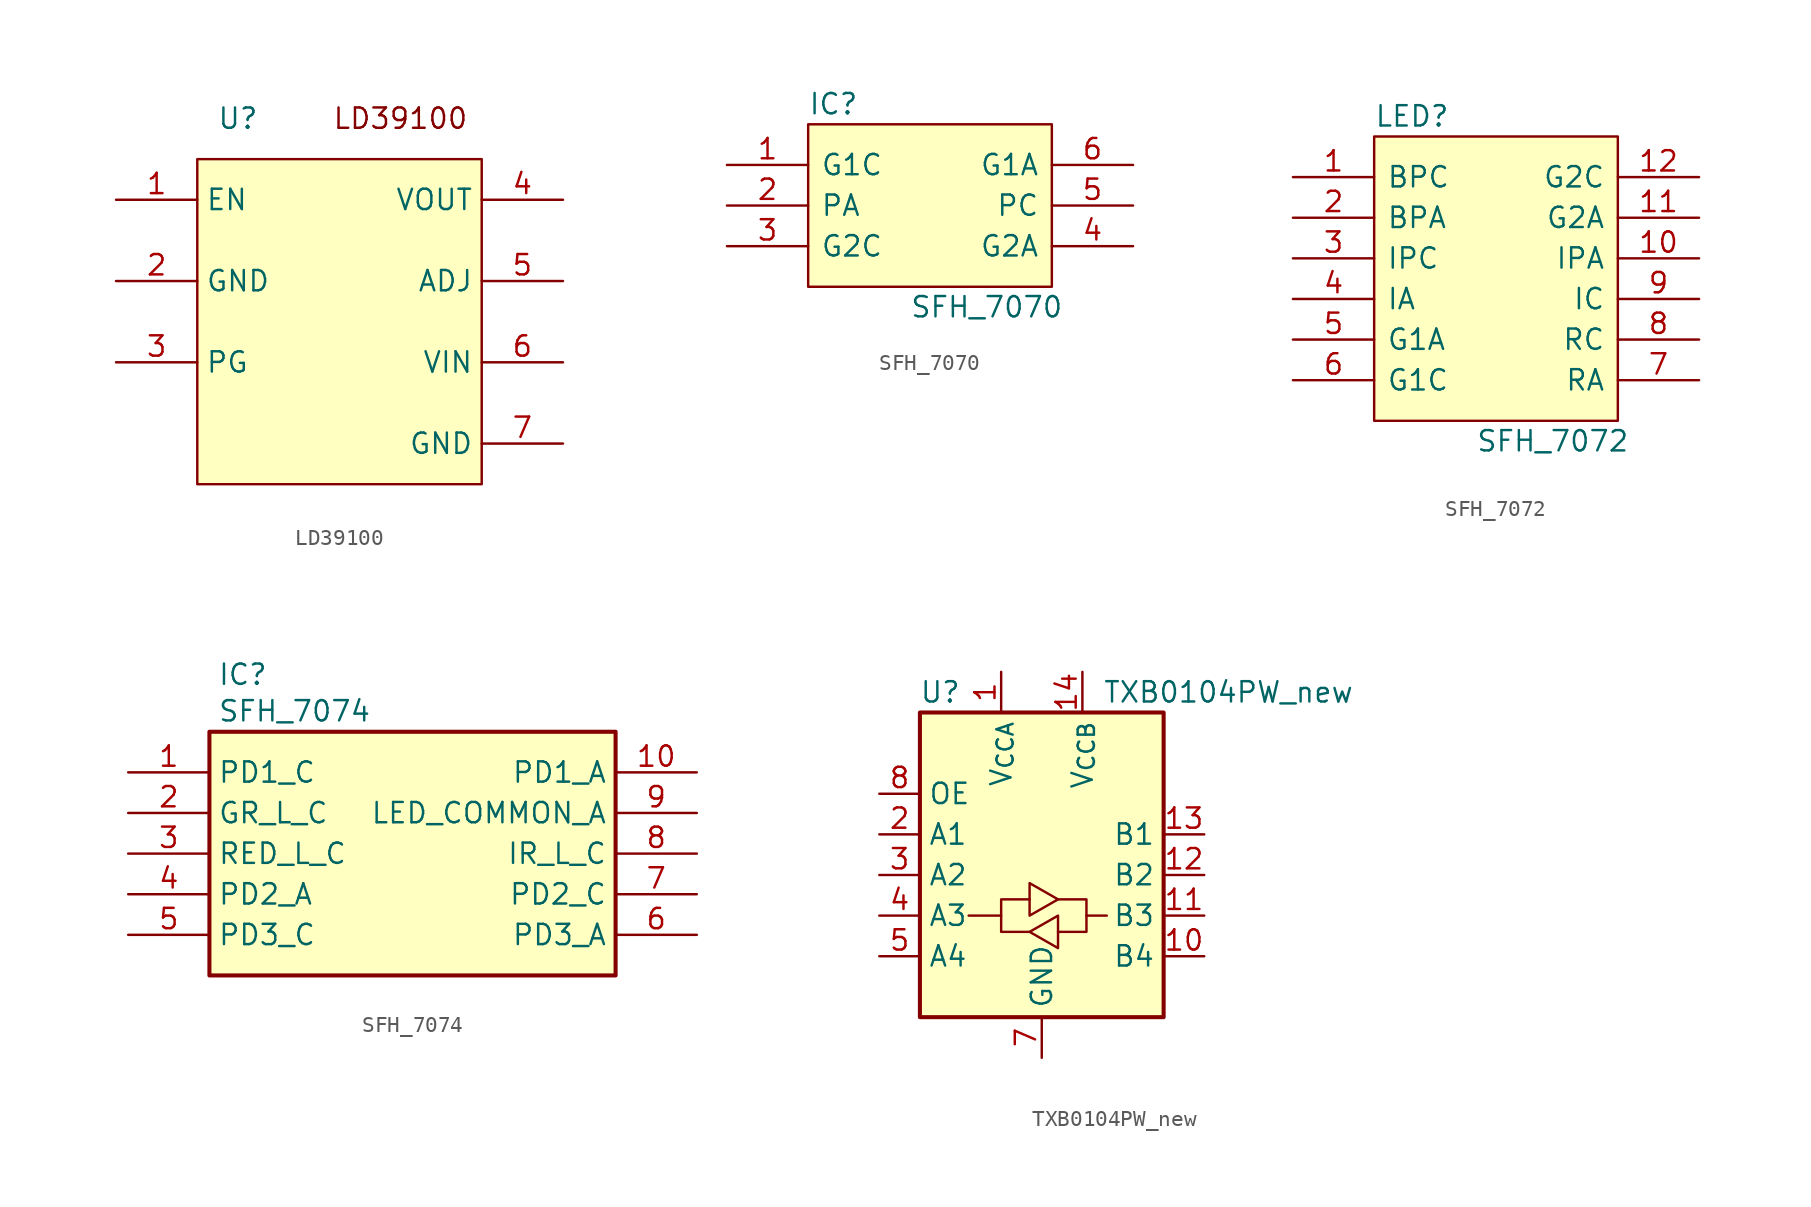
<source format=kicad_sym>
(kicad_symbol_lib
  (version 20231120)
  (generator "kicad_symbol_editor")
  (generator_version "8.0")
  (symbol "LD39100"
    (property "Reference" "U"
      (at -5.08 7.62 0)
      (effects (font (size 1.27 1.27))))
    (property "Value" ""
      (at -7.62 7.62 0)
      (effects (font (size 1.27 1.27))))
    (symbol "LD39100_1_1"
      (rectangle (start -7.62 5.08) (end 10.16 -15.24) (stroke (width 0) (type default)) (fill (type background)))
      (text "LD39100" (at 5.08 7.62 0) (effects (font (size 1.27 1.27))))
      (pin power_in line (at -12.7 2.54 0) (length 5.08) (name "EN" (effects (font (size 1.27 1.27)))) (number "1" (effects (font (size 1.27 1.27)))))
      (pin power_in line (at -12.7 -2.54 0) (length 5.08) (name "GND" (effects (font (size 1.27 1.27)))) (number "2" (effects (font (size 1.27 1.27)))))
      (pin output line (at -12.7 -7.62 0) (length 5.08) (name "PG" (effects (font (size 1.27 1.27)))) (number "3" (effects (font (size 1.27 1.27)))))
      (pin power_out line (at 15.24 2.54 180) (length 5.08) (name "VOUT" (effects (font (size 1.27 1.27)))) (number "4" (effects (font (size 1.27 1.27)))))
      (pin input line (at 15.24 -2.54 180) (length 5.08) (name "ADJ" (effects (font (size 1.27 1.27)))) (number "5" (effects (font (size 1.27 1.27)))))
      (pin power_in line (at 15.24 -7.62 180) (length 5.08) (name "VIN" (effects (font (size 1.27 1.27)))) (number "6" (effects (font (size 1.27 1.27)))))
      (pin power_in line (at 15.24 -12.7 180) (length 5.08) (name "GND" (effects (font (size 1.27 1.27)))) (number "7" (effects (font (size 1.27 1.27)))))))
  (symbol "SFH_7070"
    (pin_names
      (offset 0.762))
    (property "Reference" "IC"
      (at -7.62 6.35 0)
      (effects (font (size 1.27 1.27)) (justify left)))
    (property "Value" "SFH_7070"
      (at -1.27 -6.35 0)
      (effects (font (size 1.27 1.27)) (justify left)))
    (symbol "SFH_7070_0_1"
      (polyline (pts (xy -7.62 5.08) (xy 7.62 5.08) (xy 7.62 -5.08) (xy -7.62 -5.08) (xy -7.62 5.08)) (stroke (width 0.152) (type solid)) (fill (type background))))
    (symbol "SFH_7070_1_0"
      (pin passive line (at -12.7 2.54 0) (length 5.08) (name "G1C" (effects (font (size 1.27 1.27)))) (number "1" (effects (font (size 1.27 1.27)))))
      (pin passive line (at -12.7 0 0) (length 5.08) (name "PA" (effects (font (size 1.27 1.27)))) (number "2" (effects (font (size 1.27 1.27)))))
      (pin passive line (at -12.7 -2.54 0) (length 5.08) (name "G2C" (effects (font (size 1.27 1.27)))) (number "3" (effects (font (size 1.27 1.27)))))
      (pin passive line (at 12.7 -2.54 180) (length 5.08) (name "G2A" (effects (font (size 1.27 1.27)))) (number "4" (effects (font (size 1.27 1.27)))))
      (pin passive line (at 12.7 0 180) (length 5.08) (name "PC" (effects (font (size 1.27 1.27)))) (number "5" (effects (font (size 1.27 1.27)))))
      (pin passive line (at 12.7 2.54 180) (length 5.08) (name "G1A" (effects (font (size 1.27 1.27)))) (number "6" (effects (font (size 1.27 1.27)))))))
  (symbol "SFH_7072"
    (pin_names
      (offset 0.762))
    (property "Reference" "LED"
      (at -7.62 10.16 0)
      (effects (font (size 1.27 1.27)) (justify left)))
    (property "Value" "SFH_7072"
      (at -1.27 -10.16 0)
      (effects (font (size 1.27 1.27)) (justify left)))
    (symbol "SFH_7072_0_1"
      (polyline (pts (xy -7.62 8.89) (xy 7.62 8.89) (xy 7.62 -8.89) (xy -7.62 -8.89) (xy -7.62 8.89)) (stroke (width 0.152) (type solid)) (fill (type background))))
    (symbol "SFH_7072_1_0"
      (pin passive line (at -12.7 6.35 0) (length 5.08) (name "BPC" (effects (font (size 1.27 1.27)))) (number "1" (effects (font (size 1.27 1.27)))))
      (pin passive line (at 12.7 1.27 180) (length 5.08) (name "IPA" (effects (font (size 1.27 1.27)))) (number "10" (effects (font (size 1.27 1.27)))))
      (pin passive line (at 12.7 3.81 180) (length 5.08) (name "G2A" (effects (font (size 1.27 1.27)))) (number "11" (effects (font (size 1.27 1.27)))))
      (pin passive line (at 12.7 6.35 180) (length 5.08) (name "G2C" (effects (font (size 1.27 1.27)))) (number "12" (effects (font (size 1.27 1.27)))))
      (pin passive line (at -12.7 3.81 0) (length 5.08) (name "BPA" (effects (font (size 1.27 1.27)))) (number "2" (effects (font (size 1.27 1.27)))))
      (pin passive line (at -12.7 1.27 0) (length 5.08) (name "IPC" (effects (font (size 1.27 1.27)))) (number "3" (effects (font (size 1.27 1.27)))))
      (pin passive line (at -12.7 -1.27 0) (length 5.08) (name "IA" (effects (font (size 1.27 1.27)))) (number "4" (effects (font (size 1.27 1.27)))))
      (pin passive line (at -12.7 -3.81 0) (length 5.08) (name "G1A" (effects (font (size 1.27 1.27)))) (number "5" (effects (font (size 1.27 1.27)))))
      (pin passive line (at -12.7 -6.35 0) (length 5.08) (name "G1C" (effects (font (size 1.27 1.27)))) (number "6" (effects (font (size 1.27 1.27)))))
      (pin passive line (at 12.7 -6.35 180) (length 5.08) (name "RA" (effects (font (size 1.27 1.27)))) (number "7" (effects (font (size 1.27 1.27)))))
      (pin passive line (at 12.7 -3.81 180) (length 5.08) (name "RC" (effects (font (size 1.27 1.27)))) (number "8" (effects (font (size 1.27 1.27)))))
      (pin passive line (at 12.7 -1.27 180) (length 5.08) (name "IC" (effects (font (size 1.27 1.27)))) (number "9" (effects (font (size 1.27 1.27)))))))
  (symbol "SFH_7074"
    (property "Reference" "IC"
      (at -9.652 6.858 0)
      (effects (font (size 1.27 1.27)) (justify left top)))
    (property "Value" "SFH_7074"
      (at -9.652 4.572 0)
      (effects (font (size 1.27 1.27)) (justify left top)))
    (symbol "SFH_7074_1_1"
      (rectangle (start -10.16 2.54) (end 15.24 -12.7) (stroke (width 0.254) (type default)) (fill (type background)))
      (pin passive line (at -15.24 0 0) (length 5.08) (name "PD1_C" (effects (font (size 1.27 1.27)))) (number "1" (effects (font (size 1.27 1.27)))))
      (pin passive line (at 20.32 0 180) (length 5.08) (name "PD1_A" (effects (font (size 1.27 1.27)))) (number "10" (effects (font (size 1.27 1.27)))))
      (pin passive line (at -15.24 -2.54 0) (length 5.08) (name "GR_L_C" (effects (font (size 1.27 1.27)))) (number "2" (effects (font (size 1.27 1.27)))))
      (pin passive line (at -15.24 -5.08 0) (length 5.08) (name "RED_L_C" (effects (font (size 1.27 1.27)))) (number "3" (effects (font (size 1.27 1.27)))))
      (pin passive line (at -15.24 -7.62 0) (length 5.08) (name "PD2_A" (effects (font (size 1.27 1.27)))) (number "4" (effects (font (size 1.27 1.27)))))
      (pin passive line (at -15.24 -10.16 0) (length 5.08) (name "PD3_C" (effects (font (size 1.27 1.27)))) (number "5" (effects (font (size 1.27 1.27)))))
      (pin passive line (at 20.32 -10.16 180) (length 5.08) (name "PD3_A" (effects (font (size 1.27 1.27)))) (number "6" (effects (font (size 1.27 1.27)))))
      (pin passive line (at 20.32 -7.62 180) (length 5.08) (name "PD2_C" (effects (font (size 1.27 1.27)))) (number "7" (effects (font (size 1.27 1.27)))))
      (pin passive line (at 20.32 -5.08 180) (length 5.08) (name "IR_L_C" (effects (font (size 1.27 1.27)))) (number "8" (effects (font (size 1.27 1.27)))))
      (pin passive line (at 20.32 -2.54 180) (length 5.08) (name "LED_COMMON_A" (effects (font (size 1.27 1.27)))) (number "9" (effects (font (size 1.27 1.27)))))))
  (symbol "TXB0104PW_new"
    (property "Reference" "U"
      (at -6.35 13.97 0)
      (effects (font (size 1.27 1.27))))
    (property "Value" "TXB0104PW_new"
      (at 3.81 13.97 0)
      (effects (font (size 1.27 1.27)) (justify left)))
    (symbol "TXB0104PW_new_0_1"
      (rectangle (start -7.62 12.7) (end 7.62 -6.35) (stroke (width 0.254) (type default)) (fill (type background)))
      (polyline (pts (xy -2.54 0) (xy -2.54 1.016) (xy -0.762 1.016)) (stroke (width 0) (type default)) (fill (type none)))
      (polyline (pts (xy 2.794 0) (xy 2.794 -1.016) (xy 1.016 -1.016)) (stroke (width 0) (type default)) (fill (type none)))
      (polyline (pts (xy -0.762 -1.016) (xy -2.54 -1.016) (xy -2.54 0) (xy -4.572 0)) (stroke (width 0) (type default)) (fill (type none)))
      (polyline (pts (xy -0.762 -1.016) (xy 1.016 0) (xy 1.016 -2.032) (xy -0.762 -1.016)) (stroke (width 0) (type default)) (fill (type none)))
      (polyline (pts (xy 1.016 1.016) (xy -0.762 0) (xy -0.762 2.032) (xy 1.016 1.016)) (stroke (width 0) (type default)) (fill (type none)))
      (polyline (pts (xy 1.016 1.016) (xy 2.794 1.016) (xy 2.794 0) (xy 4.064 0)) (stroke (width 0) (type default)) (fill (type none))))
    (symbol "TXB0104PW_new_1_1"
      (pin power_in line (at -2.54 15.24 270) (length 2.54) (name "V_{CCA}" (effects (font (size 1.27 1.27)))) (number "1" (effects (font (size 1.27 1.27)))))
      (pin bidirectional line (at 10.16 -2.54 180) (length 2.54) (name "B4" (effects (font (size 1.27 1.27)))) (number "10" (effects (font (size 1.27 1.27)))))
      (pin bidirectional line (at 10.16 0 180) (length 2.54) (name "B3" (effects (font (size 1.27 1.27)))) (number "11" (effects (font (size 1.27 1.27)))))
      (pin bidirectional line (at 10.16 2.54 180) (length 2.54) (name "B2" (effects (font (size 1.27 1.27)))) (number "12" (effects (font (size 1.27 1.27)))))
      (pin bidirectional line (at 10.16 5.08 180) (length 2.54) (name "B1" (effects (font (size 1.27 1.27)))) (number "13" (effects (font (size 1.27 1.27)))))
      (pin power_in line (at 2.54 15.24 270) (length 2.54) (name "V_{CCB}" (effects (font (size 1.27 1.27)))) (number "14" (effects (font (size 1.27 1.27)))))
      (pin bidirectional line (at -10.16 5.08 0) (length 2.54) (name "A1" (effects (font (size 1.27 1.27)))) (number "2" (effects (font (size 1.27 1.27)))))
      (pin bidirectional line (at -10.16 2.54 0) (length 2.54) (name "A2" (effects (font (size 1.27 1.27)))) (number "3" (effects (font (size 1.27 1.27)))))
      (pin bidirectional line (at -10.16 0 0) (length 2.54) (name "A3" (effects (font (size 1.27 1.27)))) (number "4" (effects (font (size 1.27 1.27)))))
      (pin bidirectional line (at -10.16 -2.54 0) (length 2.54) (name "A4" (effects (font (size 1.27 1.27)))) (number "5" (effects (font (size 1.27 1.27)))))
      (pin no_connect line (at 10.16 10.16 180) (length 2.54) hide (name "NC" (effects (font (size 1.27 1.27)))) (number "6" (effects (font (size 1.27 1.27)))))
      (pin power_in line (at 0 -8.89 90) (length 2.54) (name "GND" (effects (font (size 1.27 1.27)))) (number "7" (effects (font (size 1.27 1.27)))))
      (pin input line (at -10.16 7.62 0) (length 2.54) (name "OE" (effects (font (size 1.27 1.27)))) (number "8" (effects (font (size 1.27 1.27)))))
      (pin no_connect line (at 10.16 7.62 180) (length 2.54) hide (name "NC" (effects (font (size 1.27 1.27)))) (number "9" (effects (font (size 1.27 1.27))))))))
</source>
